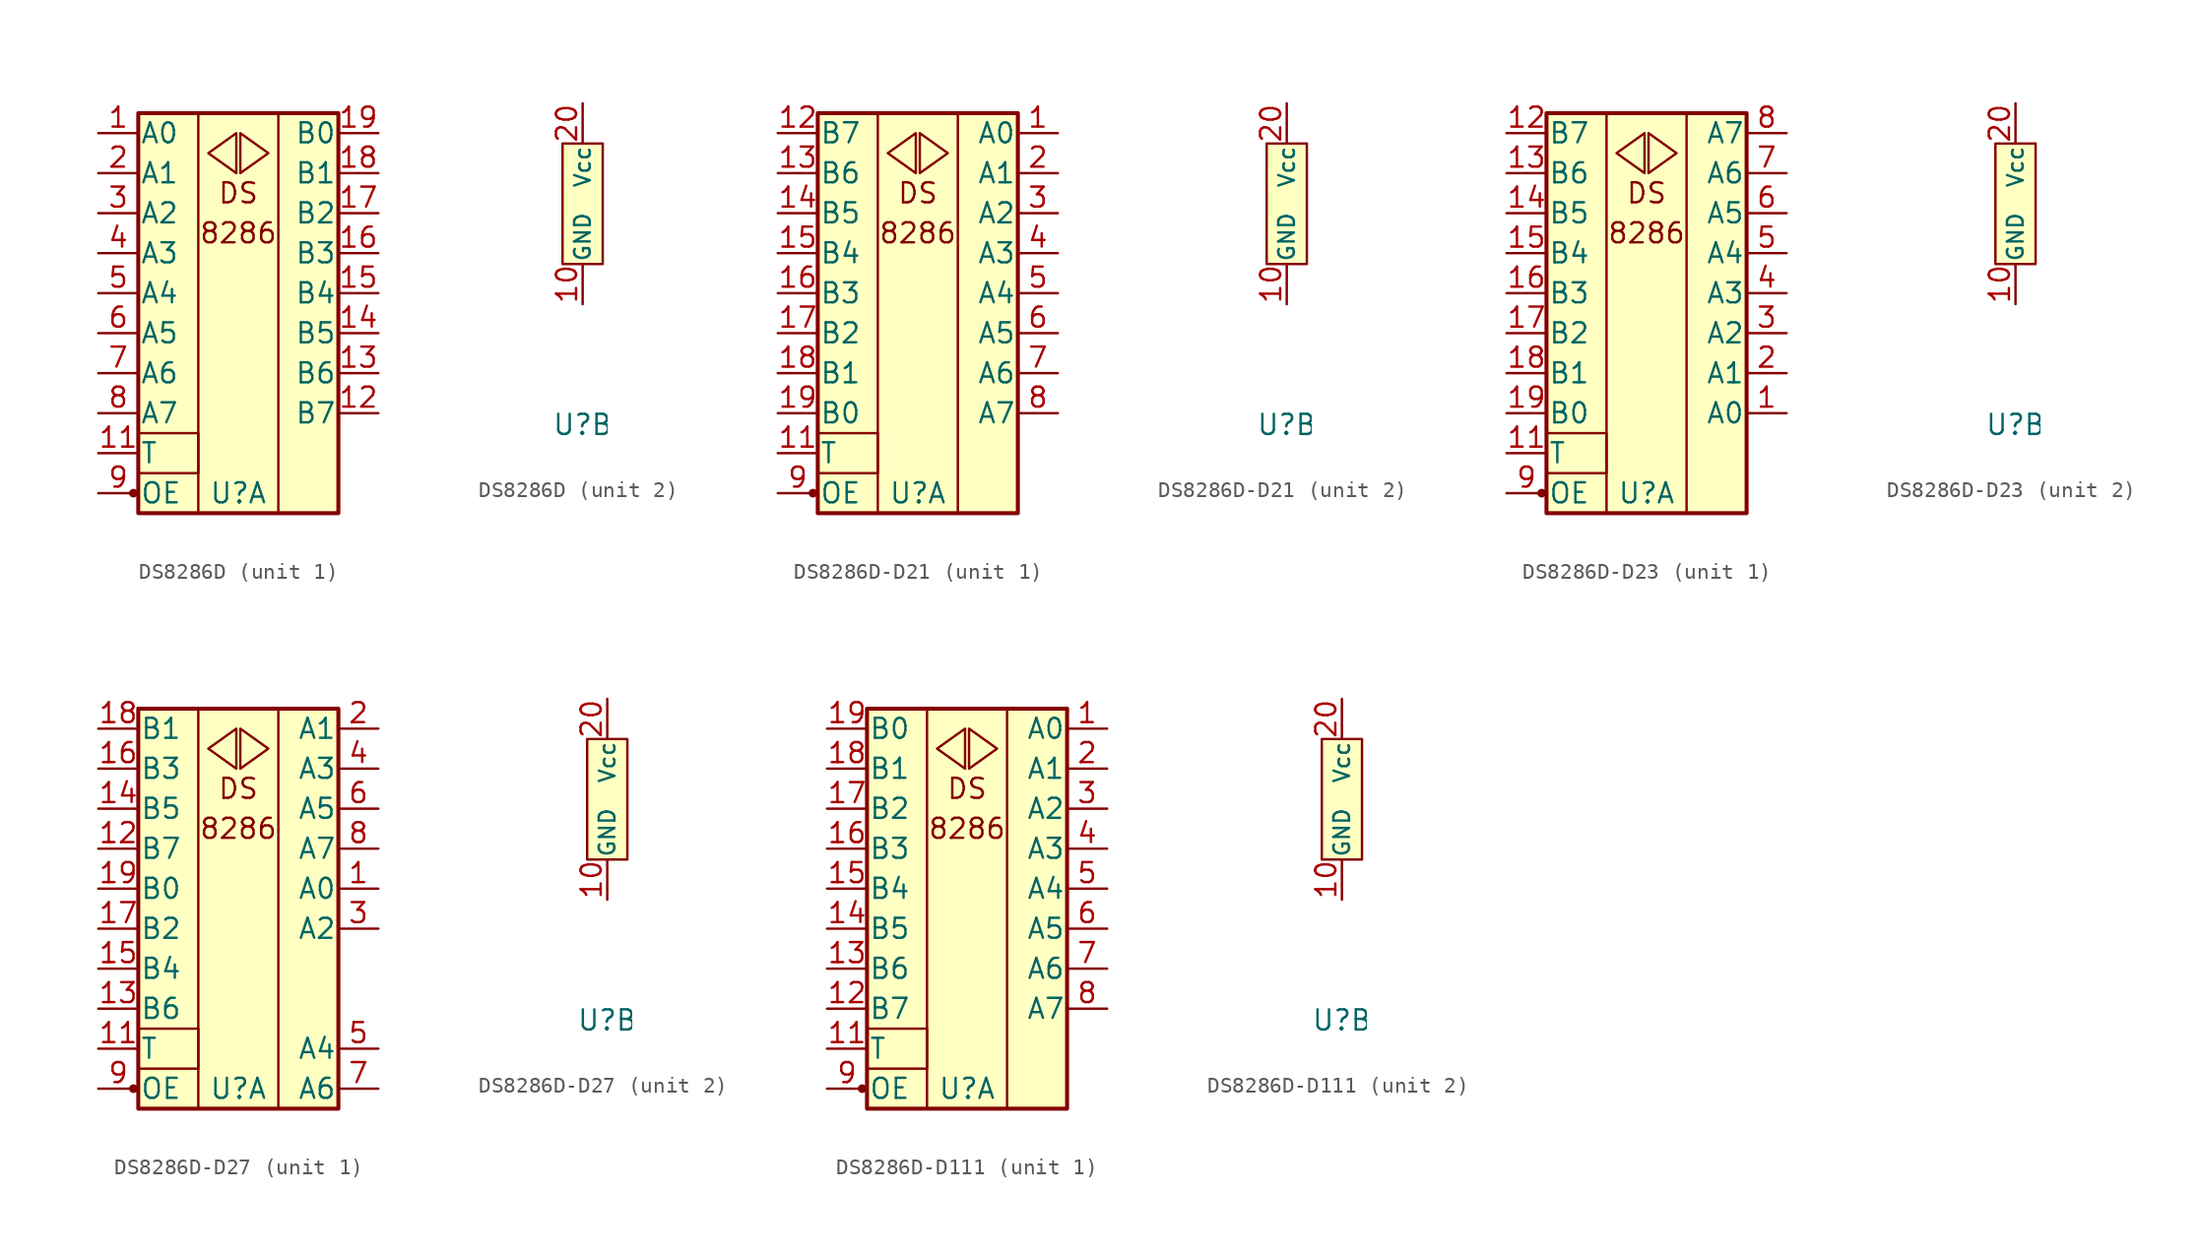
<source format=kicad_sym>
(kicad_symbol_lib
  (version 20241209)
  (generator "kicad_symbol_editor")
  (generator_version "9.0")
  (symbol "DS8286D"
    (pin_names
      (offset 0.102))
    (property "Reference" "U"
      (at 0 -13.97 0)
      (effects (font (size 1.27 1.27))))
    (property "ki_locked" ""
      (at 0 0 0)
      (effects (font (size 1.27 1.27))))
    (symbol "DS8286D_1_0"
      (rectangle (start -2.54 -15.24) (end -2.54 10.16) (stroke (width 0) (type default)) (fill (type none)))
      (rectangle (start 2.54 10.16) (end 2.54 -15.24) (stroke (width 0) (type default)) (fill (type none)))
      (text "DS" (at 0 5.08 0) (effects (font (size 1.27 1.27))))
      (text "8286" (at 0 2.54 0) (effects (font (size 1.27 1.27)))))
    (symbol "DS8286D_1_1"
      (circle (center -6.655 -13.97) (radius 0.203) (stroke (width 0) (type default)) (fill (type outline)))
      (rectangle (start -6.35 10.16) (end 6.35 -15.24) (stroke (width 0.254) (type default)) (fill (type background)))
      (rectangle (start -6.35 -10.16) (end -2.54 -12.7) (stroke (width 0) (type default)) (fill (type none)))
      (polyline (pts (xy -0.127 8.89) (xy -1.905 7.62) (xy -0.127 6.35) (xy -0.127 8.89)) (stroke (width 0) (type default)) (fill (type none)))
      (polyline (pts (xy 0.127 8.89) (xy 1.905 7.62) (xy 0.127 6.35) (xy 0.127 8.89)) (stroke (width 0) (type default)) (fill (type none)))
      (pin bidirectional line (at -8.89 8.89 0) (length 2.54) (name "A0" (effects (font (size 1.27 1.27)))) (number "1" (effects (font (size 1.27 1.27)))))
      (pin bidirectional line (at -8.89 6.35 0) (length 2.54) (name "A1" (effects (font (size 1.27 1.27)))) (number "2" (effects (font (size 1.27 1.27)))))
      (pin bidirectional line (at -8.89 3.81 0) (length 2.54) (name "A2" (effects (font (size 1.27 1.27)))) (number "3" (effects (font (size 1.27 1.27)))))
      (pin bidirectional line (at -8.89 1.27 0) (length 2.54) (name "A3" (effects (font (size 1.27 1.27)))) (number "4" (effects (font (size 1.27 1.27)))))
      (pin bidirectional line (at -8.89 -1.27 0) (length 2.54) (name "A4" (effects (font (size 1.27 1.27)))) (number "5" (effects (font (size 1.27 1.27)))))
      (pin bidirectional line (at -8.89 -3.81 0) (length 2.54) (name "A5" (effects (font (size 1.27 1.27)))) (number "6" (effects (font (size 1.27 1.27)))))
      (pin bidirectional line (at -8.89 -6.35 0) (length 2.54) (name "A6" (effects (font (size 1.27 1.27)))) (number "7" (effects (font (size 1.27 1.27)))))
      (pin bidirectional line (at -8.89 -8.89 0) (length 2.54) (name "A7" (effects (font (size 1.27 1.27)))) (number "8" (effects (font (size 1.27 1.27)))))
      (pin input line (at -8.89 -11.43 0) (length 2.54) (name "T" (effects (font (size 1.27 1.27)))) (number "11" (effects (font (size 1.27 1.27)))))
      (pin bidirectional line (at -8.89 -13.97 0) (length 2.54) (name "OE" (effects (font (size 1.27 1.27)))) (number "9" (effects (font (size 1.27 1.27)))))
      (pin bidirectional line (at 8.89 8.89 180) (length 2.54) (name "B0" (effects (font (size 1.27 1.27)))) (number "19" (effects (font (size 1.27 1.27)))))
      (pin bidirectional line (at 8.89 6.35 180) (length 2.54) (name "B1" (effects (font (size 1.27 1.27)))) (number "18" (effects (font (size 1.27 1.27)))))
      (pin bidirectional line (at 8.89 3.81 180) (length 2.54) (name "B2" (effects (font (size 1.27 1.27)))) (number "17" (effects (font (size 1.27 1.27)))))
      (pin bidirectional line (at 8.89 1.27 180) (length 2.54) (name "B3" (effects (font (size 1.27 1.27)))) (number "16" (effects (font (size 1.27 1.27)))))
      (pin bidirectional line (at 8.89 -1.27 180) (length 2.54) (name "B4" (effects (font (size 1.27 1.27)))) (number "15" (effects (font (size 1.27 1.27)))))
      (pin bidirectional line (at 8.89 -3.81 180) (length 2.54) (name "B5" (effects (font (size 1.27 1.27)))) (number "14" (effects (font (size 1.27 1.27)))))
      (pin bidirectional line (at 8.89 -6.35 180) (length 2.54) (name "B6" (effects (font (size 1.27 1.27)))) (number "13" (effects (font (size 1.27 1.27)))))
      (pin bidirectional line (at 8.89 -8.89 180) (length 2.54) (name "B7" (effects (font (size 1.27 1.27)))) (number "12" (effects (font (size 1.27 1.27))))))
    (symbol "DS8286D_2_1"
      (rectangle (start -1.27 3.81) (end 1.27 -3.81) (stroke (width 0) (type default)) (fill (type background)))
      (pin power_in line (at 0 6.35 270) (length 2.54) (name "Vcc" (effects (font (size 0.991 0.991)))) (number "20" (effects (font (size 1.27 1.27)))))
      (pin power_in line (at 0 -6.35 90) (length 2.54) (name "GND" (effects (font (size 0.991 0.991)))) (number "10" (effects (font (size 1.27 1.27)))))))
  (symbol "DS8286D-D21"
    (pin_names
      (offset 0.102))
    (property "Reference" "U"
      (at 0 -13.97 0)
      (effects (font (size 1.27 1.27))))
    (property "ki_locked" ""
      (at 0 0 0)
      (effects (font (size 1.27 1.27))))
    (symbol "DS8286D-D21_1_0"
      (rectangle (start -6.35 -10.16) (end -2.54 -12.7) (stroke (width 0) (type default)) (fill (type none)))
      (rectangle (start -2.54 10.16) (end -2.54 -15.24) (stroke (width 0) (type default)) (fill (type none)))
      (rectangle (start 2.54 10.16) (end 2.54 -15.24) (stroke (width 0) (type default)) (fill (type none)))
      (text "DS" (at 0 5.08 0) (effects (font (size 1.27 1.27))))
      (text "8286" (at 0 2.54 0) (effects (font (size 1.27 1.27)))))
    (symbol "DS8286D-D21_1_1"
      (circle (center -6.655 -13.97) (radius 0.203) (stroke (width 0) (type default)) (fill (type outline)))
      (rectangle (start -6.35 10.16) (end 6.35 -15.24) (stroke (width 0.254) (type default)) (fill (type background)))
      (polyline (pts (xy -0.127 8.89) (xy -1.905 7.62) (xy -0.127 6.35) (xy -0.127 8.89)) (stroke (width 0) (type default)) (fill (type none)))
      (polyline (pts (xy 0.127 8.89) (xy 1.905 7.62) (xy 0.127 6.35) (xy 0.127 8.89)) (stroke (width 0) (type default)) (fill (type none)))
      (pin bidirectional line (at -8.89 8.89 0) (length 2.54) (name "B7" (effects (font (size 1.27 1.27)))) (number "12" (effects (font (size 1.27 1.27)))))
      (pin bidirectional line (at -8.89 6.35 0) (length 2.54) (name "B6" (effects (font (size 1.27 1.27)))) (number "13" (effects (font (size 1.27 1.27)))))
      (pin bidirectional line (at -8.89 3.81 0) (length 2.54) (name "B5" (effects (font (size 1.27 1.27)))) (number "14" (effects (font (size 1.27 1.27)))))
      (pin bidirectional line (at -8.89 1.27 0) (length 2.54) (name "B4" (effects (font (size 1.27 1.27)))) (number "15" (effects (font (size 1.27 1.27)))))
      (pin bidirectional line (at -8.89 -1.27 0) (length 2.54) (name "B3" (effects (font (size 1.27 1.27)))) (number "16" (effects (font (size 1.27 1.27)))))
      (pin bidirectional line (at -8.89 -3.81 0) (length 2.54) (name "B2" (effects (font (size 1.27 1.27)))) (number "17" (effects (font (size 1.27 1.27)))))
      (pin bidirectional line (at -8.89 -6.35 0) (length 2.54) (name "B1" (effects (font (size 1.27 1.27)))) (number "18" (effects (font (size 1.27 1.27)))))
      (pin bidirectional line (at -8.89 -8.89 0) (length 2.54) (name "B0" (effects (font (size 1.27 1.27)))) (number "19" (effects (font (size 1.27 1.27)))))
      (pin input line (at -8.89 -11.43 0) (length 2.54) (name "T" (effects (font (size 1.27 1.27)))) (number "11" (effects (font (size 1.27 1.27)))))
      (pin bidirectional line (at -8.89 -13.97 0) (length 2.54) (name "OE" (effects (font (size 1.27 1.27)))) (number "9" (effects (font (size 1.27 1.27)))))
      (pin bidirectional line (at 8.89 8.89 180) (length 2.54) (name "A0" (effects (font (size 1.27 1.27)))) (number "1" (effects (font (size 1.27 1.27)))))
      (pin bidirectional line (at 8.89 6.35 180) (length 2.54) (name "A1" (effects (font (size 1.27 1.27)))) (number "2" (effects (font (size 1.27 1.27)))))
      (pin bidirectional line (at 8.89 3.81 180) (length 2.54) (name "A2" (effects (font (size 1.27 1.27)))) (number "3" (effects (font (size 1.27 1.27)))))
      (pin bidirectional line (at 8.89 1.27 180) (length 2.54) (name "A3" (effects (font (size 1.27 1.27)))) (number "4" (effects (font (size 1.27 1.27)))))
      (pin bidirectional line (at 8.89 -1.27 180) (length 2.54) (name "A4" (effects (font (size 1.27 1.27)))) (number "5" (effects (font (size 1.27 1.27)))))
      (pin bidirectional line (at 8.89 -3.81 180) (length 2.54) (name "A5" (effects (font (size 1.27 1.27)))) (number "6" (effects (font (size 1.27 1.27)))))
      (pin bidirectional line (at 8.89 -6.35 180) (length 2.54) (name "A6" (effects (font (size 1.27 1.27)))) (number "7" (effects (font (size 1.27 1.27)))))
      (pin bidirectional line (at 8.89 -8.89 180) (length 2.54) (name "A7" (effects (font (size 1.27 1.27)))) (number "8" (effects (font (size 1.27 1.27))))))
    (symbol "DS8286D-D21_2_1"
      (rectangle (start -1.27 3.81) (end 1.27 -3.81) (stroke (width 0) (type default)) (fill (type background)))
      (pin power_in line (at 0 6.35 270) (length 2.54) (name "Vcc" (effects (font (size 0.991 0.991)))) (number "20" (effects (font (size 1.27 1.27)))))
      (pin power_in line (at 0 -6.35 90) (length 2.54) (name "GND" (effects (font (size 0.991 0.991)))) (number "10" (effects (font (size 1.27 1.27)))))))
  (symbol "DS8286D-D23"
    (pin_names
      (offset 0.102))
    (property "Reference" "U"
      (at 0 -13.97 0)
      (effects (font (size 1.27 1.27))))
    (property "ki_locked" ""
      (at 0 0 0)
      (effects (font (size 1.27 1.27))))
    (symbol "DS8286D-D23_1_0"
      (rectangle (start -2.54 10.16) (end -2.54 -15.24) (stroke (width 0) (type default)) (fill (type none)))
      (rectangle (start 2.54 10.16) (end 2.54 -15.24) (stroke (width 0) (type default)) (fill (type none)))
      (text "DS" (at 0 5.08 0) (effects (font (size 1.27 1.27))))
      (text "8286" (at 0 2.54 0) (effects (font (size 1.27 1.27)))))
    (symbol "DS8286D-D23_1_1"
      (circle (center -6.655 -13.97) (radius 0.203) (stroke (width 0) (type default)) (fill (type outline)))
      (rectangle (start -6.35 10.16) (end 6.35 -15.24) (stroke (width 0.254) (type default)) (fill (type background)))
      (rectangle (start -6.35 -10.16) (end -2.54 -12.7) (stroke (width 0) (type default)) (fill (type none)))
      (polyline (pts (xy -0.127 8.89) (xy -1.905 7.62) (xy -0.127 6.35) (xy -0.127 8.89)) (stroke (width 0) (type default)) (fill (type none)))
      (polyline (pts (xy 0.127 8.89) (xy 1.905 7.62) (xy 0.127 6.35) (xy 0.127 8.89)) (stroke (width 0) (type default)) (fill (type none)))
      (pin bidirectional line (at -8.89 8.89 0) (length 2.54) (name "B7" (effects (font (size 1.27 1.27)))) (number "12" (effects (font (size 1.27 1.27)))))
      (pin bidirectional line (at -8.89 6.35 0) (length 2.54) (name "B6" (effects (font (size 1.27 1.27)))) (number "13" (effects (font (size 1.27 1.27)))))
      (pin bidirectional line (at -8.89 3.81 0) (length 2.54) (name "B5" (effects (font (size 1.27 1.27)))) (number "14" (effects (font (size 1.27 1.27)))))
      (pin bidirectional line (at -8.89 1.27 0) (length 2.54) (name "B4" (effects (font (size 1.27 1.27)))) (number "15" (effects (font (size 1.27 1.27)))))
      (pin bidirectional line (at -8.89 -1.27 0) (length 2.54) (name "B3" (effects (font (size 1.27 1.27)))) (number "16" (effects (font (size 1.27 1.27)))))
      (pin bidirectional line (at -8.89 -3.81 0) (length 2.54) (name "B2" (effects (font (size 1.27 1.27)))) (number "17" (effects (font (size 1.27 1.27)))))
      (pin bidirectional line (at -8.89 -6.35 0) (length 2.54) (name "B1" (effects (font (size 1.27 1.27)))) (number "18" (effects (font (size 1.27 1.27)))))
      (pin bidirectional line (at -8.89 -8.89 0) (length 2.54) (name "B0" (effects (font (size 1.27 1.27)))) (number "19" (effects (font (size 1.27 1.27)))))
      (pin input line (at -8.89 -11.43 0) (length 2.54) (name "T" (effects (font (size 1.27 1.27)))) (number "11" (effects (font (size 1.27 1.27)))))
      (pin bidirectional line (at -8.89 -13.97 0) (length 2.54) (name "OE" (effects (font (size 1.27 1.27)))) (number "9" (effects (font (size 1.27 1.27)))))
      (pin bidirectional line (at 8.89 8.89 180) (length 2.54) (name "A7" (effects (font (size 1.27 1.27)))) (number "8" (effects (font (size 1.27 1.27)))))
      (pin bidirectional line (at 8.89 6.35 180) (length 2.54) (name "A6" (effects (font (size 1.27 1.27)))) (number "7" (effects (font (size 1.27 1.27)))))
      (pin bidirectional line (at 8.89 3.81 180) (length 2.54) (name "A5" (effects (font (size 1.27 1.27)))) (number "6" (effects (font (size 1.27 1.27)))))
      (pin bidirectional line (at 8.89 1.27 180) (length 2.54) (name "A4" (effects (font (size 1.27 1.27)))) (number "5" (effects (font (size 1.27 1.27)))))
      (pin bidirectional line (at 8.89 -1.27 180) (length 2.54) (name "A3" (effects (font (size 1.27 1.27)))) (number "4" (effects (font (size 1.27 1.27)))))
      (pin bidirectional line (at 8.89 -3.81 180) (length 2.54) (name "A2" (effects (font (size 1.27 1.27)))) (number "3" (effects (font (size 1.27 1.27)))))
      (pin bidirectional line (at 8.89 -6.35 180) (length 2.54) (name "A1" (effects (font (size 1.27 1.27)))) (number "2" (effects (font (size 1.27 1.27)))))
      (pin bidirectional line (at 8.89 -8.89 180) (length 2.54) (name "A0" (effects (font (size 1.27 1.27)))) (number "1" (effects (font (size 1.27 1.27))))))
    (symbol "DS8286D-D23_2_1"
      (rectangle (start -1.27 3.81) (end 1.27 -3.81) (stroke (width 0) (type default)) (fill (type background)))
      (pin power_in line (at 0 6.35 270) (length 2.54) (name "Vcc" (effects (font (size 0.991 0.991)))) (number "20" (effects (font (size 1.27 1.27)))))
      (pin power_in line (at 0 -6.35 90) (length 2.54) (name "GND" (effects (font (size 0.991 0.991)))) (number "10" (effects (font (size 1.27 1.27)))))))
  (symbol "DS8286D-D27"
    (pin_names
      (offset 0.102))
    (property "Reference" "U"
      (at 0 -13.97 0)
      (effects (font (size 1.27 1.27))))
    (property "ki_locked" ""
      (at 0 0 0)
      (effects (font (size 1.27 1.27))))
    (symbol "DS8286D-D27_1_0"
      (rectangle (start -2.54 10.16) (end -2.54 -15.24) (stroke (width 0) (type default)) (fill (type none)))
      (rectangle (start 2.54 10.16) (end 2.54 -15.24) (stroke (width 0) (type default)) (fill (type none)))
      (text "DS" (at 0 5.08 0) (effects (font (size 1.27 1.27))))
      (text "8286" (at 0 2.54 0) (effects (font (size 1.27 1.27)))))
    (symbol "DS8286D-D27_1_1"
      (circle (center -6.655 -13.97) (radius 0.203) (stroke (width 0) (type default)) (fill (type outline)))
      (rectangle (start -6.35 10.16) (end 6.35 -15.24) (stroke (width 0.254) (type default)) (fill (type background)))
      (rectangle (start -6.35 -10.16) (end -2.54 -12.7) (stroke (width 0) (type default)) (fill (type none)))
      (polyline (pts (xy -0.127 8.89) (xy -1.905 7.62) (xy -0.127 6.35) (xy -0.127 8.89)) (stroke (width 0) (type default)) (fill (type none)))
      (polyline (pts (xy 0.127 8.89) (xy 1.905 7.62) (xy 0.127 6.35) (xy 0.127 8.89)) (stroke (width 0) (type default)) (fill (type none)))
      (pin bidirectional line (at -8.89 8.89 0) (length 2.54) (name "B1" (effects (font (size 1.27 1.27)))) (number "18" (effects (font (size 1.27 1.27)))))
      (pin bidirectional line (at -8.89 6.35 0) (length 2.54) (name "B3" (effects (font (size 1.27 1.27)))) (number "16" (effects (font (size 1.27 1.27)))))
      (pin bidirectional line (at -8.89 3.81 0) (length 2.54) (name "B5" (effects (font (size 1.27 1.27)))) (number "14" (effects (font (size 1.27 1.27)))))
      (pin bidirectional line (at -8.89 1.27 0) (length 2.54) (name "B7" (effects (font (size 1.27 1.27)))) (number "12" (effects (font (size 1.27 1.27)))))
      (pin bidirectional line (at -8.89 -1.27 0) (length 2.54) (name "B0" (effects (font (size 1.27 1.27)))) (number "19" (effects (font (size 1.27 1.27)))))
      (pin bidirectional line (at -8.89 -3.81 0) (length 2.54) (name "B2" (effects (font (size 1.27 1.27)))) (number "17" (effects (font (size 1.27 1.27)))))
      (pin bidirectional line (at -8.89 -6.35 0) (length 2.54) (name "B4" (effects (font (size 1.27 1.27)))) (number "15" (effects (font (size 1.27 1.27)))))
      (pin bidirectional line (at -8.89 -8.89 0) (length 2.54) (name "B6" (effects (font (size 1.27 1.27)))) (number "13" (effects (font (size 1.27 1.27)))))
      (pin input line (at -8.89 -11.43 0) (length 2.54) (name "T" (effects (font (size 1.27 1.27)))) (number "11" (effects (font (size 1.27 1.27)))))
      (pin bidirectional line (at -8.89 -13.97 0) (length 2.54) (name "OE" (effects (font (size 1.27 1.27)))) (number "9" (effects (font (size 1.27 1.27)))))
      (pin bidirectional line (at 8.89 8.89 180) (length 2.54) (name "A1" (effects (font (size 1.27 1.27)))) (number "2" (effects (font (size 1.27 1.27)))))
      (pin bidirectional line (at 8.89 6.35 180) (length 2.54) (name "A3" (effects (font (size 1.27 1.27)))) (number "4" (effects (font (size 1.27 1.27)))))
      (pin bidirectional line (at 8.89 3.81 180) (length 2.54) (name "A5" (effects (font (size 1.27 1.27)))) (number "6" (effects (font (size 1.27 1.27)))))
      (pin bidirectional line (at 8.89 1.27 180) (length 2.54) (name "A7" (effects (font (size 1.27 1.27)))) (number "8" (effects (font (size 1.27 1.27)))))
      (pin bidirectional line (at 8.89 -1.27 180) (length 2.54) (name "A0" (effects (font (size 1.27 1.27)))) (number "1" (effects (font (size 1.27 1.27)))))
      (pin bidirectional line (at 8.89 -3.81 180) (length 2.54) (name "A2" (effects (font (size 1.27 1.27)))) (number "3" (effects (font (size 1.27 1.27)))))
      (pin bidirectional line (at 8.89 -11.43 180) (length 2.54) (name "A4" (effects (font (size 1.27 1.27)))) (number "5" (effects (font (size 1.27 1.27)))))
      (pin bidirectional line (at 8.89 -13.97 180) (length 2.54) (name "A6" (effects (font (size 1.27 1.27)))) (number "7" (effects (font (size 1.27 1.27))))))
    (symbol "DS8286D-D27_2_1"
      (rectangle (start -1.27 3.81) (end 1.27 -3.81) (stroke (width 0) (type default)) (fill (type background)))
      (pin power_in line (at 0 6.35 270) (length 2.54) (name "Vcc" (effects (font (size 0.991 0.991)))) (number "20" (effects (font (size 1.27 1.27)))))
      (pin power_in line (at 0 -6.35 90) (length 2.54) (name "GND" (effects (font (size 0.991 0.991)))) (number "10" (effects (font (size 1.27 1.27)))))))
  (symbol "DS8286D-D111"
    (pin_names
      (offset 0.102))
    (property "Reference" "U"
      (at 0 -13.97 0)
      (effects (font (size 1.27 1.27))))
    (property "ki_locked" ""
      (at 0 0 0)
      (effects (font (size 1.27 1.27))))
    (symbol "DS8286D-D111_1_0"
      (rectangle (start -6.35 -10.16) (end -2.54 -12.7) (stroke (width 0) (type default)) (fill (type none)))
      (rectangle (start -2.54 10.16) (end -2.54 -15.24) (stroke (width 0) (type default)) (fill (type none)))
      (rectangle (start 2.54 10.16) (end 2.54 -15.24) (stroke (width 0) (type default)) (fill (type none)))
      (text "DS" (at 0 5.08 0) (effects (font (size 1.27 1.27))))
      (text "8286" (at 0 2.54 0) (effects (font (size 1.27 1.27)))))
    (symbol "DS8286D-D111_1_1"
      (circle (center -6.655 -13.97) (radius 0.203) (stroke (width 0) (type default)) (fill (type outline)))
      (rectangle (start -6.35 10.16) (end 6.35 -15.24) (stroke (width 0.254) (type default)) (fill (type background)))
      (polyline (pts (xy -0.127 8.89) (xy -1.905 7.62) (xy -0.127 6.35) (xy -0.127 8.89)) (stroke (width 0) (type default)) (fill (type none)))
      (polyline (pts (xy 0.127 8.89) (xy 1.905 7.62) (xy 0.127 6.35) (xy 0.127 8.89)) (stroke (width 0) (type default)) (fill (type none)))
      (pin bidirectional line (at -8.89 8.89 0) (length 2.54) (name "B0" (effects (font (size 1.27 1.27)))) (number "19" (effects (font (size 1.27 1.27)))))
      (pin bidirectional line (at -8.89 6.35 0) (length 2.54) (name "B1" (effects (font (size 1.27 1.27)))) (number "18" (effects (font (size 1.27 1.27)))))
      (pin bidirectional line (at -8.89 3.81 0) (length 2.54) (name "B2" (effects (font (size 1.27 1.27)))) (number "17" (effects (font (size 1.27 1.27)))))
      (pin bidirectional line (at -8.89 1.27 0) (length 2.54) (name "B3" (effects (font (size 1.27 1.27)))) (number "16" (effects (font (size 1.27 1.27)))))
      (pin bidirectional line (at -8.89 -1.27 0) (length 2.54) (name "B4" (effects (font (size 1.27 1.27)))) (number "15" (effects (font (size 1.27 1.27)))))
      (pin bidirectional line (at -8.89 -3.81 0) (length 2.54) (name "B5" (effects (font (size 1.27 1.27)))) (number "14" (effects (font (size 1.27 1.27)))))
      (pin bidirectional line (at -8.89 -6.35 0) (length 2.54) (name "B6" (effects (font (size 1.27 1.27)))) (number "13" (effects (font (size 1.27 1.27)))))
      (pin bidirectional line (at -8.89 -8.89 0) (length 2.54) (name "B7" (effects (font (size 1.27 1.27)))) (number "12" (effects (font (size 1.27 1.27)))))
      (pin input line (at -8.89 -11.43 0) (length 2.54) (name "T" (effects (font (size 1.27 1.27)))) (number "11" (effects (font (size 1.27 1.27)))))
      (pin bidirectional line (at -8.89 -13.97 0) (length 2.54) (name "OE" (effects (font (size 1.27 1.27)))) (number "9" (effects (font (size 1.27 1.27)))))
      (pin bidirectional line (at 8.89 8.89 180) (length 2.54) (name "A0" (effects (font (size 1.27 1.27)))) (number "1" (effects (font (size 1.27 1.27)))))
      (pin bidirectional line (at 8.89 6.35 180) (length 2.54) (name "A1" (effects (font (size 1.27 1.27)))) (number "2" (effects (font (size 1.27 1.27)))))
      (pin bidirectional line (at 8.89 3.81 180) (length 2.54) (name "A2" (effects (font (size 1.27 1.27)))) (number "3" (effects (font (size 1.27 1.27)))))
      (pin bidirectional line (at 8.89 1.27 180) (length 2.54) (name "A3" (effects (font (size 1.27 1.27)))) (number "4" (effects (font (size 1.27 1.27)))))
      (pin bidirectional line (at 8.89 -1.27 180) (length 2.54) (name "A4" (effects (font (size 1.27 1.27)))) (number "5" (effects (font (size 1.27 1.27)))))
      (pin bidirectional line (at 8.89 -3.81 180) (length 2.54) (name "A5" (effects (font (size 1.27 1.27)))) (number "6" (effects (font (size 1.27 1.27)))))
      (pin bidirectional line (at 8.89 -6.35 180) (length 2.54) (name "A6" (effects (font (size 1.27 1.27)))) (number "7" (effects (font (size 1.27 1.27)))))
      (pin bidirectional line (at 8.89 -8.89 180) (length 2.54) (name "A7" (effects (font (size 1.27 1.27)))) (number "8" (effects (font (size 1.27 1.27))))))
    (symbol "DS8286D-D111_2_1"
      (rectangle (start -1.27 3.81) (end 1.27 -3.81) (stroke (width 0) (type default)) (fill (type background)))
      (pin power_in line (at 0 6.35 270) (length 2.54) (name "Vcc" (effects (font (size 0.991 0.991)))) (number "20" (effects (font (size 1.27 1.27)))))
      (pin power_in line (at 0 -6.35 90) (length 2.54) (name "GND" (effects (font (size 0.991 0.991)))) (number "10" (effects (font (size 1.27 1.27))))))))
</source>
